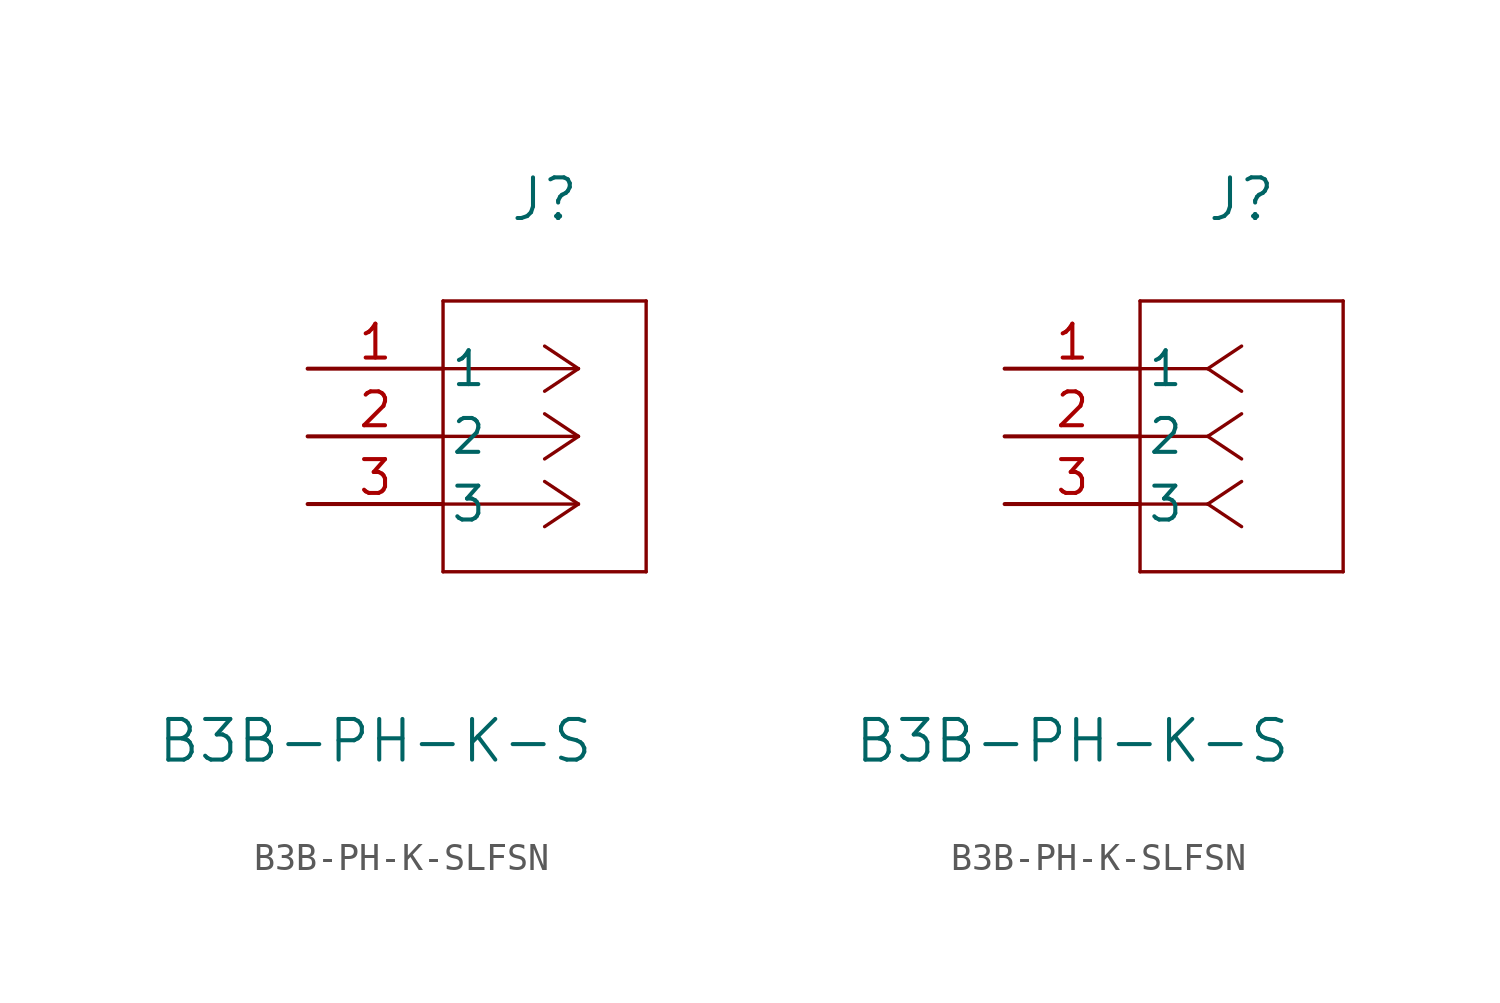
<source format=kicad_sym>
(kicad_symbol_lib
  (version 20220914)
  (generator kicad_symbol_editor)
  (symbol "B3B-PH-K-SLFSN"
    (pin_names
      (offset 0.254))
    (property "Reference" "J"
      (at 8.89 6.35 0)
      (effects (font (size 1.524 1.524))))
    (property "Value" "B3B-PH-K-S"
      (at 2.54 -13.97 0)
      (effects (font (size 1.524 1.524))))
    (symbol "B3B-PH-K-SLFSN_1_1"
      (polyline (pts (xy 5.08 -7.62) (xy 12.7 -7.62)) (stroke (width 0.127) (type default)) (fill (type none)))
      (polyline (pts (xy 5.08 2.54) (xy 5.08 -7.62)) (stroke (width 0.127) (type default)) (fill (type none)))
      (polyline (pts (xy 10.16 -5.08) (xy 5.08 -5.08)) (stroke (width 0.127) (type default)) (fill (type none)))
      (polyline (pts (xy 10.16 -5.08) (xy 8.89 -5.927)) (stroke (width 0.127) (type default)) (fill (type none)))
      (polyline (pts (xy 10.16 -5.08) (xy 8.89 -4.233)) (stroke (width 0.127) (type default)) (fill (type none)))
      (polyline (pts (xy 10.16 -2.54) (xy 5.08 -2.54)) (stroke (width 0.127) (type default)) (fill (type none)))
      (polyline (pts (xy 10.16 -2.54) (xy 8.89 -3.387)) (stroke (width 0.127) (type default)) (fill (type none)))
      (polyline (pts (xy 10.16 -2.54) (xy 8.89 -1.693)) (stroke (width 0.127) (type default)) (fill (type none)))
      (polyline (pts (xy 10.16 0) (xy 5.08 0)) (stroke (width 0.127) (type default)) (fill (type none)))
      (polyline (pts (xy 10.16 0) (xy 8.89 -0.847)) (stroke (width 0.127) (type default)) (fill (type none)))
      (polyline (pts (xy 10.16 0) (xy 8.89 0.847)) (stroke (width 0.127) (type default)) (fill (type none)))
      (polyline (pts (xy 12.7 -7.62) (xy 12.7 2.54)) (stroke (width 0.127) (type default)) (fill (type none)))
      (polyline (pts (xy 12.7 2.54) (xy 5.08 2.54)) (stroke (width 0.127) (type default)) (fill (type none)))
      (pin unspecified line (at 0 0 0) (length 5.08) (name "1" (effects (font (size 1.27 1.27)))) (number "1" (effects (font (size 1.27 1.27)))))
      (pin unspecified line (at 0 -2.54 0) (length 5.08) (name "2" (effects (font (size 1.27 1.27)))) (number "2" (effects (font (size 1.27 1.27)))))
      (pin unspecified line (at 0 -5.08 0) (length 5.08) (name "3" (effects (font (size 1.27 1.27)))) (number "3" (effects (font (size 1.27 1.27))))))
    (symbol "B3B-PH-K-SLFSN_1_2"
      (polyline (pts (xy 5.08 -7.62) (xy 12.7 -7.62)) (stroke (width 0.127) (type default)) (fill (type none)))
      (polyline (pts (xy 5.08 2.54) (xy 5.08 -7.62)) (stroke (width 0.127) (type default)) (fill (type none)))
      (polyline (pts (xy 7.62 -5.08) (xy 5.08 -5.08)) (stroke (width 0.127) (type default)) (fill (type none)))
      (polyline (pts (xy 7.62 -5.08) (xy 8.89 -5.927)) (stroke (width 0.127) (type default)) (fill (type none)))
      (polyline (pts (xy 7.62 -5.08) (xy 8.89 -4.233)) (stroke (width 0.127) (type default)) (fill (type none)))
      (polyline (pts (xy 7.62 -2.54) (xy 5.08 -2.54)) (stroke (width 0.127) (type default)) (fill (type none)))
      (polyline (pts (xy 7.62 -2.54) (xy 8.89 -3.387)) (stroke (width 0.127) (type default)) (fill (type none)))
      (polyline (pts (xy 7.62 -2.54) (xy 8.89 -1.693)) (stroke (width 0.127) (type default)) (fill (type none)))
      (polyline (pts (xy 7.62 0) (xy 5.08 0)) (stroke (width 0.127) (type default)) (fill (type none)))
      (polyline (pts (xy 7.62 0) (xy 8.89 -0.847)) (stroke (width 0.127) (type default)) (fill (type none)))
      (polyline (pts (xy 7.62 0) (xy 8.89 0.847)) (stroke (width 0.127) (type default)) (fill (type none)))
      (polyline (pts (xy 12.7 -7.62) (xy 12.7 2.54)) (stroke (width 0.127) (type default)) (fill (type none)))
      (polyline (pts (xy 12.7 2.54) (xy 5.08 2.54)) (stroke (width 0.127) (type default)) (fill (type none)))
      (pin unspecified line (at 0 0 0) (length 5.08) (name "1" (effects (font (size 1.27 1.27)))) (number "1" (effects (font (size 1.27 1.27)))))
      (pin unspecified line (at 0 -2.54 0) (length 5.08) (name "2" (effects (font (size 1.27 1.27)))) (number "2" (effects (font (size 1.27 1.27)))))
      (pin unspecified line (at 0 -5.08 0) (length 5.08) (name "3" (effects (font (size 1.27 1.27)))) (number "3" (effects (font (size 1.27 1.27))))))))
</source>
